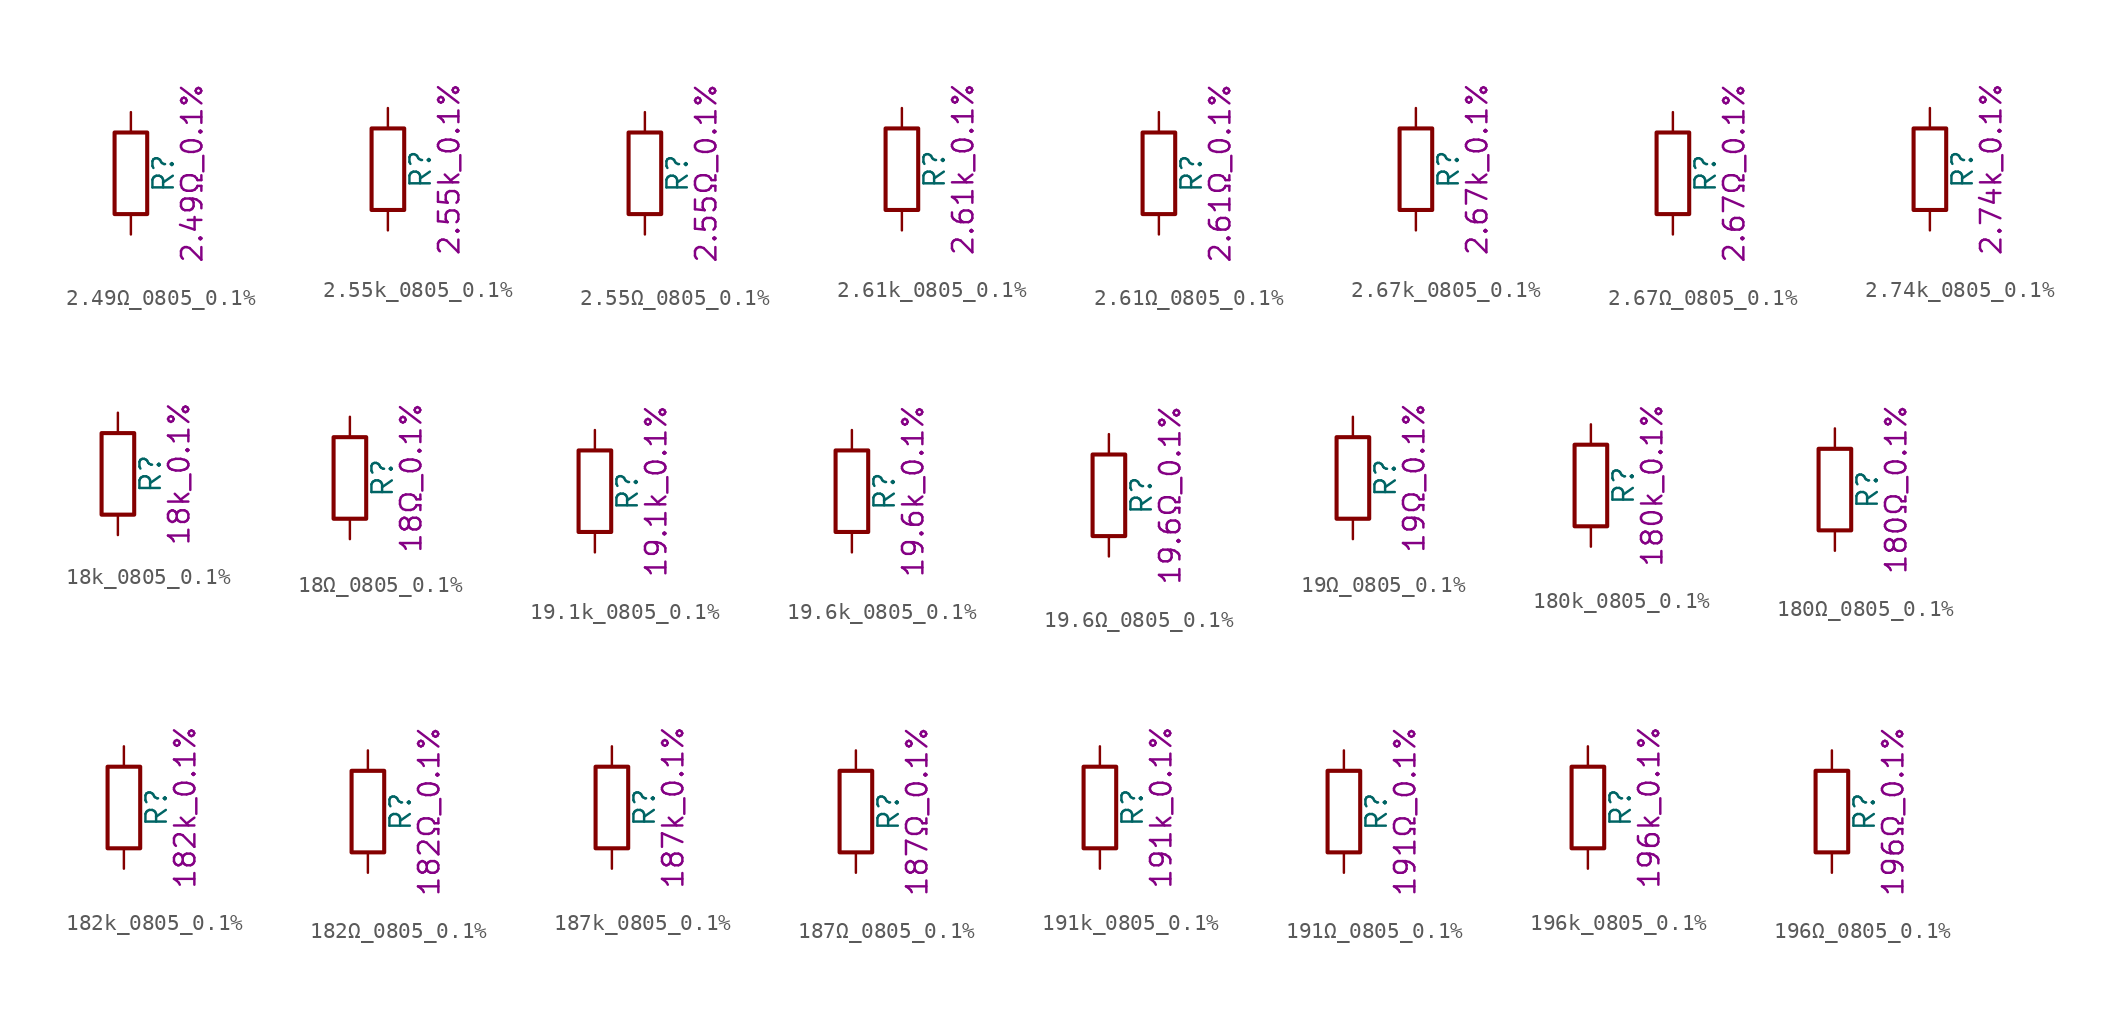
<source format=kicad_sym>
(kicad_symbol_lib
  (version 20211014)
  (generator kicad_symbol_editor)
  (symbol "2.49Ω_0805_0.1%"
    (pin_numbers hide)
    (pin_names
      (offset 0))
    (property "Reference" "R"
      (at 2.032 0 90)
      (effects (font (size 1.27 1.27))))
    (property "Display" "2.49Ω_0.1%"
      (at 3.81 0 90)
      (effects (font (size 1.27 1.27))))
    (symbol "2.49Ω_0805_0.1%_0_1"
      (rectangle (start -1.016 -2.54) (end 1.016 2.54) (stroke (width 0.254) (type default) (color 0 0 0 0)) (fill (type none))))
    (symbol "2.49Ω_0805_0.1%_1_1"
      (pin passive line (at 0 3.81 270) (length 1.27) (name "~" (effects (font (size 1.27 1.27)))) (number "1" (effects (font (size 1.27 1.27)))))
      (pin passive line (at 0 -3.81 90) (length 1.27) (name "~" (effects (font (size 1.27 1.27)))) (number "2" (effects (font (size 1.27 1.27)))))))
  (symbol "2.55k_0805_0.1%"
    (pin_numbers hide)
    (pin_names
      (offset 0))
    (property "Reference" "R"
      (at 2.032 0 90)
      (effects (font (size 1.27 1.27))))
    (property "Display" "2.55k_0.1%"
      (at 3.81 0 90)
      (effects (font (size 1.27 1.27))))
    (symbol "2.55k_0805_0.1%_0_1"
      (rectangle (start -1.016 -2.54) (end 1.016 2.54) (stroke (width 0.254) (type default) (color 0 0 0 0)) (fill (type none))))
    (symbol "2.55k_0805_0.1%_1_1"
      (pin passive line (at 0 3.81 270) (length 1.27) (name "~" (effects (font (size 1.27 1.27)))) (number "1" (effects (font (size 1.27 1.27)))))
      (pin passive line (at 0 -3.81 90) (length 1.27) (name "~" (effects (font (size 1.27 1.27)))) (number "2" (effects (font (size 1.27 1.27)))))))
  (symbol "2.55Ω_0805_0.1%"
    (pin_numbers hide)
    (pin_names
      (offset 0))
    (property "Reference" "R"
      (at 2.032 0 90)
      (effects (font (size 1.27 1.27))))
    (property "Display" "2.55Ω_0.1%"
      (at 3.81 0 90)
      (effects (font (size 1.27 1.27))))
    (symbol "2.55Ω_0805_0.1%_0_1"
      (rectangle (start -1.016 -2.54) (end 1.016 2.54) (stroke (width 0.254) (type default) (color 0 0 0 0)) (fill (type none))))
    (symbol "2.55Ω_0805_0.1%_1_1"
      (pin passive line (at 0 3.81 270) (length 1.27) (name "~" (effects (font (size 1.27 1.27)))) (number "1" (effects (font (size 1.27 1.27)))))
      (pin passive line (at 0 -3.81 90) (length 1.27) (name "~" (effects (font (size 1.27 1.27)))) (number "2" (effects (font (size 1.27 1.27)))))))
  (symbol "2.61k_0805_0.1%"
    (pin_numbers hide)
    (pin_names
      (offset 0))
    (property "Reference" "R"
      (at 2.032 0 90)
      (effects (font (size 1.27 1.27))))
    (property "Display" "2.61k_0.1%"
      (at 3.81 0 90)
      (effects (font (size 1.27 1.27))))
    (symbol "2.61k_0805_0.1%_0_1"
      (rectangle (start -1.016 -2.54) (end 1.016 2.54) (stroke (width 0.254) (type default) (color 0 0 0 0)) (fill (type none))))
    (symbol "2.61k_0805_0.1%_1_1"
      (pin passive line (at 0 3.81 270) (length 1.27) (name "~" (effects (font (size 1.27 1.27)))) (number "1" (effects (font (size 1.27 1.27)))))
      (pin passive line (at 0 -3.81 90) (length 1.27) (name "~" (effects (font (size 1.27 1.27)))) (number "2" (effects (font (size 1.27 1.27)))))))
  (symbol "2.61Ω_0805_0.1%"
    (pin_numbers hide)
    (pin_names
      (offset 0))
    (property "Reference" "R"
      (at 2.032 0 90)
      (effects (font (size 1.27 1.27))))
    (property "Display" "2.61Ω_0.1%"
      (at 3.81 0 90)
      (effects (font (size 1.27 1.27))))
    (symbol "2.61Ω_0805_0.1%_0_1"
      (rectangle (start -1.016 -2.54) (end 1.016 2.54) (stroke (width 0.254) (type default) (color 0 0 0 0)) (fill (type none))))
    (symbol "2.61Ω_0805_0.1%_1_1"
      (pin passive line (at 0 3.81 270) (length 1.27) (name "~" (effects (font (size 1.27 1.27)))) (number "1" (effects (font (size 1.27 1.27)))))
      (pin passive line (at 0 -3.81 90) (length 1.27) (name "~" (effects (font (size 1.27 1.27)))) (number "2" (effects (font (size 1.27 1.27)))))))
  (symbol "2.67k_0805_0.1%"
    (pin_numbers hide)
    (pin_names
      (offset 0))
    (property "Reference" "R"
      (at 2.032 0 90)
      (effects (font (size 1.27 1.27))))
    (property "Display" "2.67k_0.1%"
      (at 3.81 0 90)
      (effects (font (size 1.27 1.27))))
    (symbol "2.67k_0805_0.1%_0_1"
      (rectangle (start -1.016 -2.54) (end 1.016 2.54) (stroke (width 0.254) (type default) (color 0 0 0 0)) (fill (type none))))
    (symbol "2.67k_0805_0.1%_1_1"
      (pin passive line (at 0 3.81 270) (length 1.27) (name "~" (effects (font (size 1.27 1.27)))) (number "1" (effects (font (size 1.27 1.27)))))
      (pin passive line (at 0 -3.81 90) (length 1.27) (name "~" (effects (font (size 1.27 1.27)))) (number "2" (effects (font (size 1.27 1.27)))))))
  (symbol "2.67Ω_0805_0.1%"
    (pin_numbers hide)
    (pin_names
      (offset 0))
    (property "Reference" "R"
      (at 2.032 0 90)
      (effects (font (size 1.27 1.27))))
    (property "Display" "2.67Ω_0.1%"
      (at 3.81 0 90)
      (effects (font (size 1.27 1.27))))
    (symbol "2.67Ω_0805_0.1%_0_1"
      (rectangle (start -1.016 -2.54) (end 1.016 2.54) (stroke (width 0.254) (type default) (color 0 0 0 0)) (fill (type none))))
    (symbol "2.67Ω_0805_0.1%_1_1"
      (pin passive line (at 0 3.81 270) (length 1.27) (name "~" (effects (font (size 1.27 1.27)))) (number "1" (effects (font (size 1.27 1.27)))))
      (pin passive line (at 0 -3.81 90) (length 1.27) (name "~" (effects (font (size 1.27 1.27)))) (number "2" (effects (font (size 1.27 1.27)))))))
  (symbol "2.74k_0805_0.1%"
    (pin_numbers hide)
    (pin_names
      (offset 0))
    (property "Reference" "R"
      (at 2.032 0 90)
      (effects (font (size 1.27 1.27))))
    (property "Display" "2.74k_0.1%"
      (at 3.81 0 90)
      (effects (font (size 1.27 1.27))))
    (symbol "2.74k_0805_0.1%_0_1"
      (rectangle (start -1.016 -2.54) (end 1.016 2.54) (stroke (width 0.254) (type default) (color 0 0 0 0)) (fill (type none))))
    (symbol "2.74k_0805_0.1%_1_1"
      (pin passive line (at 0 3.81 270) (length 1.27) (name "~" (effects (font (size 1.27 1.27)))) (number "1" (effects (font (size 1.27 1.27)))))
      (pin passive line (at 0 -3.81 90) (length 1.27) (name "~" (effects (font (size 1.27 1.27)))) (number "2" (effects (font (size 1.27 1.27)))))))
  (symbol "18k_0805_0.1%"
    (pin_numbers hide)
    (pin_names
      (offset 0))
    (property "Reference" "R"
      (at 2.032 0 90)
      (effects (font (size 1.27 1.27))))
    (property "Display" "18k_0.1%"
      (at 3.81 0 90)
      (effects (font (size 1.27 1.27))))
    (symbol "18k_0805_0.1%_0_1"
      (rectangle (start -1.016 -2.54) (end 1.016 2.54) (stroke (width 0.254) (type default) (color 0 0 0 0)) (fill (type none))))
    (symbol "18k_0805_0.1%_1_1"
      (pin passive line (at 0 3.81 270) (length 1.27) (name "~" (effects (font (size 1.27 1.27)))) (number "1" (effects (font (size 1.27 1.27)))))
      (pin passive line (at 0 -3.81 90) (length 1.27) (name "~" (effects (font (size 1.27 1.27)))) (number "2" (effects (font (size 1.27 1.27)))))))
  (symbol "18Ω_0805_0.1%"
    (pin_numbers hide)
    (pin_names
      (offset 0))
    (property "Reference" "R"
      (at 2.032 0 90)
      (effects (font (size 1.27 1.27))))
    (property "Display" "18Ω_0.1%"
      (at 3.81 0 90)
      (effects (font (size 1.27 1.27))))
    (symbol "18Ω_0805_0.1%_0_1"
      (rectangle (start -1.016 -2.54) (end 1.016 2.54) (stroke (width 0.254) (type default) (color 0 0 0 0)) (fill (type none))))
    (symbol "18Ω_0805_0.1%_1_1"
      (pin passive line (at 0 3.81 270) (length 1.27) (name "~" (effects (font (size 1.27 1.27)))) (number "1" (effects (font (size 1.27 1.27)))))
      (pin passive line (at 0 -3.81 90) (length 1.27) (name "~" (effects (font (size 1.27 1.27)))) (number "2" (effects (font (size 1.27 1.27)))))))
  (symbol "19.1k_0805_0.1%"
    (pin_numbers hide)
    (pin_names
      (offset 0))
    (property "Reference" "R"
      (at 2.032 0 90)
      (effects (font (size 1.27 1.27))))
    (property "Display" "19.1k_0.1%"
      (at 3.81 0 90)
      (effects (font (size 1.27 1.27))))
    (symbol "19.1k_0805_0.1%_0_1"
      (rectangle (start -1.016 -2.54) (end 1.016 2.54) (stroke (width 0.254) (type default) (color 0 0 0 0)) (fill (type none))))
    (symbol "19.1k_0805_0.1%_1_1"
      (pin passive line (at 0 3.81 270) (length 1.27) (name "~" (effects (font (size 1.27 1.27)))) (number "1" (effects (font (size 1.27 1.27)))))
      (pin passive line (at 0 -3.81 90) (length 1.27) (name "~" (effects (font (size 1.27 1.27)))) (number "2" (effects (font (size 1.27 1.27)))))))
  (symbol "19.6k_0805_0.1%"
    (pin_numbers hide)
    (pin_names
      (offset 0))
    (property "Reference" "R"
      (at 2.032 0 90)
      (effects (font (size 1.27 1.27))))
    (property "Display" "19.6k_0.1%"
      (at 3.81 0 90)
      (effects (font (size 1.27 1.27))))
    (symbol "19.6k_0805_0.1%_0_1"
      (rectangle (start -1.016 -2.54) (end 1.016 2.54) (stroke (width 0.254) (type default) (color 0 0 0 0)) (fill (type none))))
    (symbol "19.6k_0805_0.1%_1_1"
      (pin passive line (at 0 3.81 270) (length 1.27) (name "~" (effects (font (size 1.27 1.27)))) (number "1" (effects (font (size 1.27 1.27)))))
      (pin passive line (at 0 -3.81 90) (length 1.27) (name "~" (effects (font (size 1.27 1.27)))) (number "2" (effects (font (size 1.27 1.27)))))))
  (symbol "19.6Ω_0805_0.1%"
    (pin_numbers hide)
    (pin_names
      (offset 0))
    (property "Reference" "R"
      (at 2.032 0 90)
      (effects (font (size 1.27 1.27))))
    (property "Display" "19.6Ω_0.1%"
      (at 3.81 0 90)
      (effects (font (size 1.27 1.27))))
    (symbol "19.6Ω_0805_0.1%_0_1"
      (rectangle (start -1.016 -2.54) (end 1.016 2.54) (stroke (width 0.254) (type default) (color 0 0 0 0)) (fill (type none))))
    (symbol "19.6Ω_0805_0.1%_1_1"
      (pin passive line (at 0 3.81 270) (length 1.27) (name "~" (effects (font (size 1.27 1.27)))) (number "1" (effects (font (size 1.27 1.27)))))
      (pin passive line (at 0 -3.81 90) (length 1.27) (name "~" (effects (font (size 1.27 1.27)))) (number "2" (effects (font (size 1.27 1.27)))))))
  (symbol "19Ω_0805_0.1%"
    (pin_numbers hide)
    (pin_names
      (offset 0))
    (property "Reference" "R"
      (at 2.032 0 90)
      (effects (font (size 1.27 1.27))))
    (property "Display" "19Ω_0.1%"
      (at 3.81 0 90)
      (effects (font (size 1.27 1.27))))
    (symbol "19Ω_0805_0.1%_0_1"
      (rectangle (start -1.016 -2.54) (end 1.016 2.54) (stroke (width 0.254) (type default) (color 0 0 0 0)) (fill (type none))))
    (symbol "19Ω_0805_0.1%_1_1"
      (pin passive line (at 0 3.81 270) (length 1.27) (name "~" (effects (font (size 1.27 1.27)))) (number "1" (effects (font (size 1.27 1.27)))))
      (pin passive line (at 0 -3.81 90) (length 1.27) (name "~" (effects (font (size 1.27 1.27)))) (number "2" (effects (font (size 1.27 1.27)))))))
  (symbol "180k_0805_0.1%"
    (pin_numbers hide)
    (pin_names
      (offset 0))
    (property "Reference" "R"
      (at 2.032 0 90)
      (effects (font (size 1.27 1.27))))
    (property "Display" "180k_0.1%"
      (at 3.81 0 90)
      (effects (font (size 1.27 1.27))))
    (symbol "180k_0805_0.1%_0_1"
      (rectangle (start -1.016 -2.54) (end 1.016 2.54) (stroke (width 0.254) (type default) (color 0 0 0 0)) (fill (type none))))
    (symbol "180k_0805_0.1%_1_1"
      (pin passive line (at 0 3.81 270) (length 1.27) (name "~" (effects (font (size 1.27 1.27)))) (number "1" (effects (font (size 1.27 1.27)))))
      (pin passive line (at 0 -3.81 90) (length 1.27) (name "~" (effects (font (size 1.27 1.27)))) (number "2" (effects (font (size 1.27 1.27)))))))
  (symbol "180Ω_0805_0.1%"
    (pin_numbers hide)
    (pin_names
      (offset 0))
    (property "Reference" "R"
      (at 2.032 0 90)
      (effects (font (size 1.27 1.27))))
    (property "Display" "180Ω_0.1%"
      (at 3.81 0 90)
      (effects (font (size 1.27 1.27))))
    (symbol "180Ω_0805_0.1%_0_1"
      (rectangle (start -1.016 -2.54) (end 1.016 2.54) (stroke (width 0.254) (type default) (color 0 0 0 0)) (fill (type none))))
    (symbol "180Ω_0805_0.1%_1_1"
      (pin passive line (at 0 3.81 270) (length 1.27) (name "~" (effects (font (size 1.27 1.27)))) (number "1" (effects (font (size 1.27 1.27)))))
      (pin passive line (at 0 -3.81 90) (length 1.27) (name "~" (effects (font (size 1.27 1.27)))) (number "2" (effects (font (size 1.27 1.27)))))))
  (symbol "182k_0805_0.1%"
    (pin_numbers hide)
    (pin_names
      (offset 0))
    (property "Reference" "R"
      (at 2.032 0 90)
      (effects (font (size 1.27 1.27))))
    (property "Display" "182k_0.1%"
      (at 3.81 0 90)
      (effects (font (size 1.27 1.27))))
    (symbol "182k_0805_0.1%_0_1"
      (rectangle (start -1.016 -2.54) (end 1.016 2.54) (stroke (width 0.254) (type default) (color 0 0 0 0)) (fill (type none))))
    (symbol "182k_0805_0.1%_1_1"
      (pin passive line (at 0 3.81 270) (length 1.27) (name "~" (effects (font (size 1.27 1.27)))) (number "1" (effects (font (size 1.27 1.27)))))
      (pin passive line (at 0 -3.81 90) (length 1.27) (name "~" (effects (font (size 1.27 1.27)))) (number "2" (effects (font (size 1.27 1.27)))))))
  (symbol "182Ω_0805_0.1%"
    (pin_numbers hide)
    (pin_names
      (offset 0))
    (property "Reference" "R"
      (at 2.032 0 90)
      (effects (font (size 1.27 1.27))))
    (property "Display" "182Ω_0.1%"
      (at 3.81 0 90)
      (effects (font (size 1.27 1.27))))
    (symbol "182Ω_0805_0.1%_0_1"
      (rectangle (start -1.016 -2.54) (end 1.016 2.54) (stroke (width 0.254) (type default) (color 0 0 0 0)) (fill (type none))))
    (symbol "182Ω_0805_0.1%_1_1"
      (pin passive line (at 0 3.81 270) (length 1.27) (name "~" (effects (font (size 1.27 1.27)))) (number "1" (effects (font (size 1.27 1.27)))))
      (pin passive line (at 0 -3.81 90) (length 1.27) (name "~" (effects (font (size 1.27 1.27)))) (number "2" (effects (font (size 1.27 1.27)))))))
  (symbol "187k_0805_0.1%"
    (pin_numbers hide)
    (pin_names
      (offset 0))
    (property "Reference" "R"
      (at 2.032 0 90)
      (effects (font (size 1.27 1.27))))
    (property "Display" "187k_0.1%"
      (at 3.81 0 90)
      (effects (font (size 1.27 1.27))))
    (symbol "187k_0805_0.1%_0_1"
      (rectangle (start -1.016 -2.54) (end 1.016 2.54) (stroke (width 0.254) (type default) (color 0 0 0 0)) (fill (type none))))
    (symbol "187k_0805_0.1%_1_1"
      (pin passive line (at 0 3.81 270) (length 1.27) (name "~" (effects (font (size 1.27 1.27)))) (number "1" (effects (font (size 1.27 1.27)))))
      (pin passive line (at 0 -3.81 90) (length 1.27) (name "~" (effects (font (size 1.27 1.27)))) (number "2" (effects (font (size 1.27 1.27)))))))
  (symbol "187Ω_0805_0.1%"
    (pin_numbers hide)
    (pin_names
      (offset 0))
    (property "Reference" "R"
      (at 2.032 0 90)
      (effects (font (size 1.27 1.27))))
    (property "Display" "187Ω_0.1%"
      (at 3.81 0 90)
      (effects (font (size 1.27 1.27))))
    (symbol "187Ω_0805_0.1%_0_1"
      (rectangle (start -1.016 -2.54) (end 1.016 2.54) (stroke (width 0.254) (type default) (color 0 0 0 0)) (fill (type none))))
    (symbol "187Ω_0805_0.1%_1_1"
      (pin passive line (at 0 3.81 270) (length 1.27) (name "~" (effects (font (size 1.27 1.27)))) (number "1" (effects (font (size 1.27 1.27)))))
      (pin passive line (at 0 -3.81 90) (length 1.27) (name "~" (effects (font (size 1.27 1.27)))) (number "2" (effects (font (size 1.27 1.27)))))))
  (symbol "191k_0805_0.1%"
    (pin_numbers hide)
    (pin_names
      (offset 0))
    (property "Reference" "R"
      (at 2.032 0 90)
      (effects (font (size 1.27 1.27))))
    (property "Display" "191k_0.1%"
      (at 3.81 0 90)
      (effects (font (size 1.27 1.27))))
    (symbol "191k_0805_0.1%_0_1"
      (rectangle (start -1.016 -2.54) (end 1.016 2.54) (stroke (width 0.254) (type default) (color 0 0 0 0)) (fill (type none))))
    (symbol "191k_0805_0.1%_1_1"
      (pin passive line (at 0 3.81 270) (length 1.27) (name "~" (effects (font (size 1.27 1.27)))) (number "1" (effects (font (size 1.27 1.27)))))
      (pin passive line (at 0 -3.81 90) (length 1.27) (name "~" (effects (font (size 1.27 1.27)))) (number "2" (effects (font (size 1.27 1.27)))))))
  (symbol "191Ω_0805_0.1%"
    (pin_numbers hide)
    (pin_names
      (offset 0))
    (property "Reference" "R"
      (at 2.032 0 90)
      (effects (font (size 1.27 1.27))))
    (property "Display" "191Ω_0.1%"
      (at 3.81 0 90)
      (effects (font (size 1.27 1.27))))
    (symbol "191Ω_0805_0.1%_0_1"
      (rectangle (start -1.016 -2.54) (end 1.016 2.54) (stroke (width 0.254) (type default) (color 0 0 0 0)) (fill (type none))))
    (symbol "191Ω_0805_0.1%_1_1"
      (pin passive line (at 0 3.81 270) (length 1.27) (name "~" (effects (font (size 1.27 1.27)))) (number "1" (effects (font (size 1.27 1.27)))))
      (pin passive line (at 0 -3.81 90) (length 1.27) (name "~" (effects (font (size 1.27 1.27)))) (number "2" (effects (font (size 1.27 1.27)))))))
  (symbol "196k_0805_0.1%"
    (pin_numbers hide)
    (pin_names
      (offset 0))
    (property "Reference" "R"
      (at 2.032 0 90)
      (effects (font (size 1.27 1.27))))
    (property "Display" "196k_0.1%"
      (at 3.81 0 90)
      (effects (font (size 1.27 1.27))))
    (symbol "196k_0805_0.1%_0_1"
      (rectangle (start -1.016 -2.54) (end 1.016 2.54) (stroke (width 0.254) (type default) (color 0 0 0 0)) (fill (type none))))
    (symbol "196k_0805_0.1%_1_1"
      (pin passive line (at 0 3.81 270) (length 1.27) (name "~" (effects (font (size 1.27 1.27)))) (number "1" (effects (font (size 1.27 1.27)))))
      (pin passive line (at 0 -3.81 90) (length 1.27) (name "~" (effects (font (size 1.27 1.27)))) (number "2" (effects (font (size 1.27 1.27)))))))
  (symbol "196Ω_0805_0.1%"
    (pin_numbers hide)
    (pin_names
      (offset 0))
    (property "Reference" "R"
      (at 2.032 0 90)
      (effects (font (size 1.27 1.27))))
    (property "Display" "196Ω_0.1%"
      (at 3.81 0 90)
      (effects (font (size 1.27 1.27))))
    (symbol "196Ω_0805_0.1%_0_1"
      (rectangle (start -1.016 -2.54) (end 1.016 2.54) (stroke (width 0.254) (type default) (color 0 0 0 0)) (fill (type none))))
    (symbol "196Ω_0805_0.1%_1_1"
      (pin passive line (at 0 3.81 270) (length 1.27) (name "~" (effects (font (size 1.27 1.27)))) (number "1" (effects (font (size 1.27 1.27)))))
      (pin passive line (at 0 -3.81 90) (length 1.27) (name "~" (effects (font (size 1.27 1.27)))) (number "2" (effects (font (size 1.27 1.27))))))))
</source>
